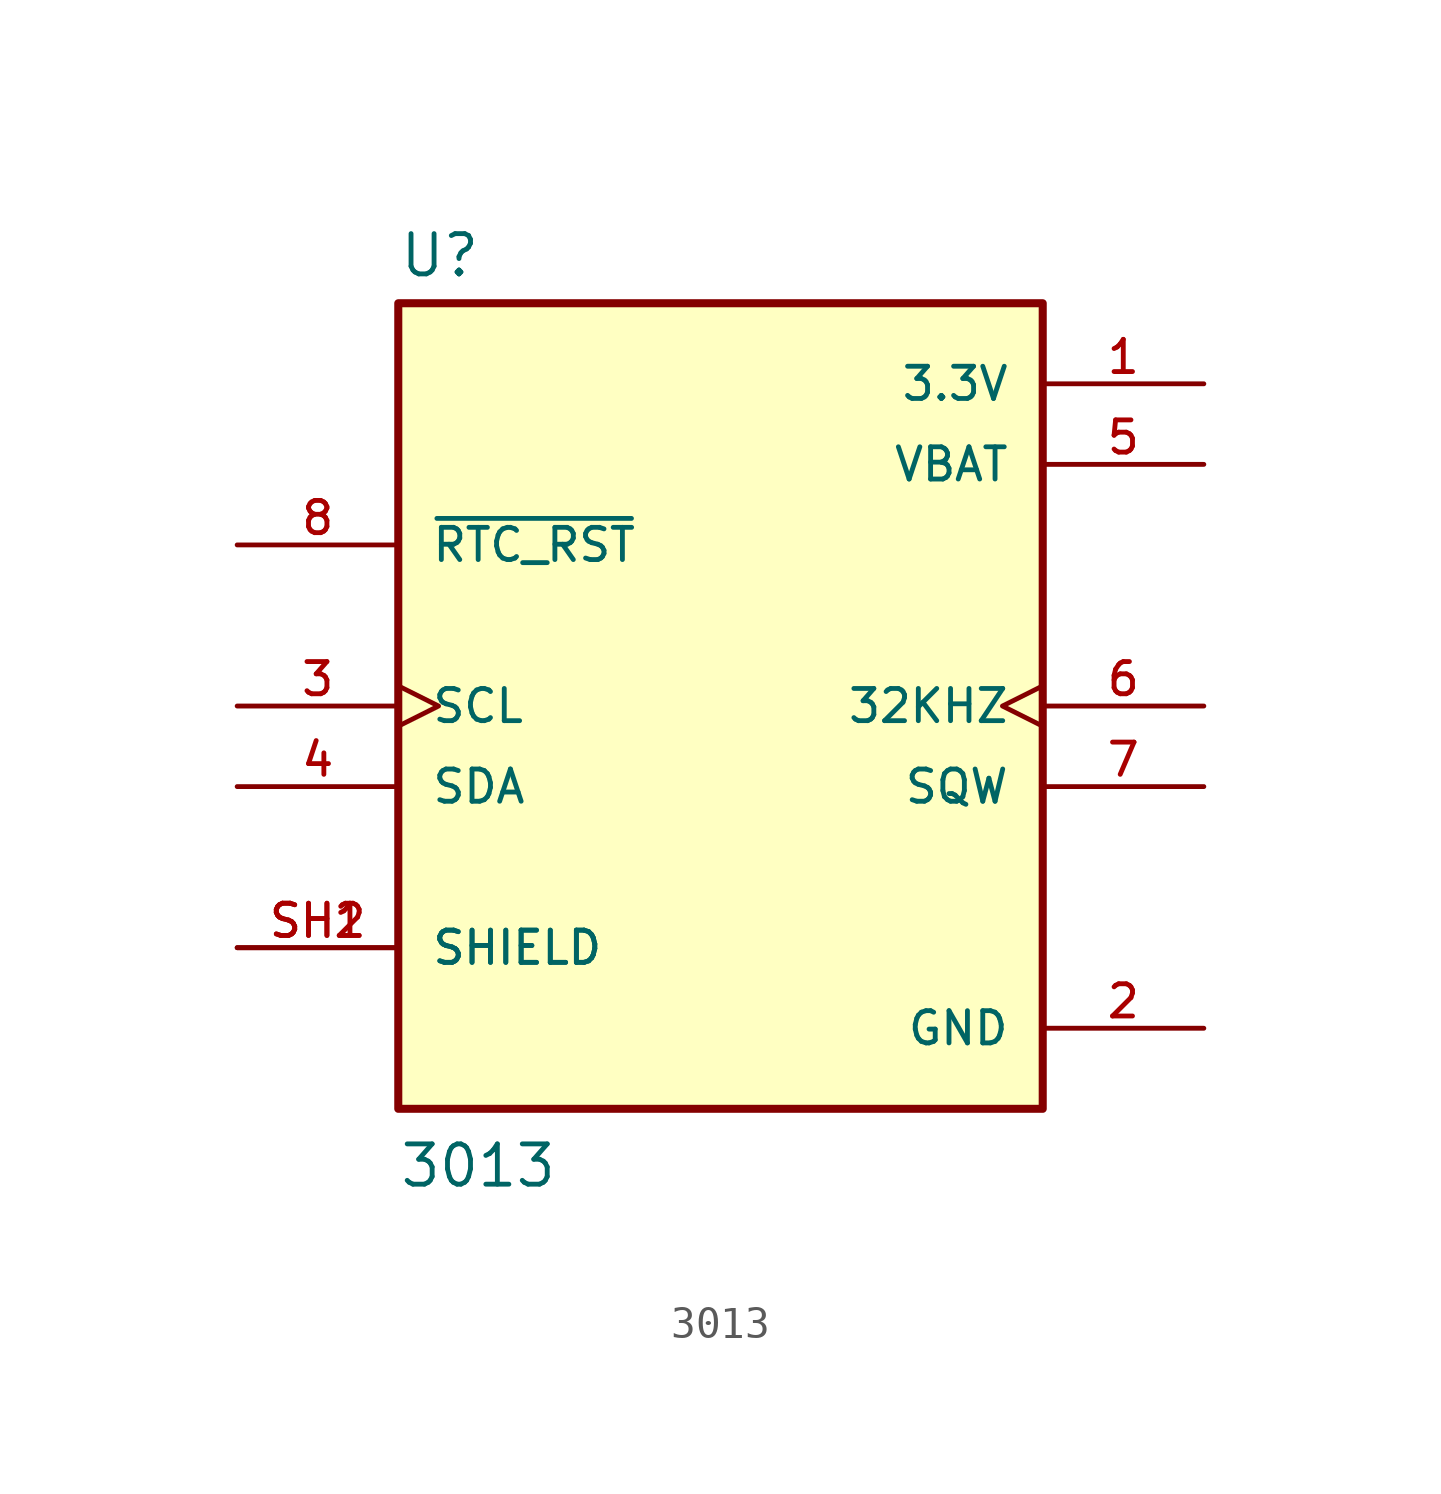
<source format=kicad_sym>
(kicad_symbol_lib
  (version 20211014)
  (generator kicad_symbol_editor)
  (symbol "3013"
    (pin_names
      (offset 1.016))
    (property "Reference" "U"
      (at -10.16 13.462 0)
      (effects (font (size 1.27 1.27)) (justify bottom left)))
    (property "Value" "3013"
      (at -10.16 -15.24 0)
      (effects (font (size 1.27 1.27)) (justify bottom left)))
    (symbol "3013_0_0"
      (rectangle (start -10.16 -12.7) (end 10.16 12.7) (stroke (width 0.254)) (fill (type background)))
      (pin power_in line (at 15.24 10.16 180.0) (length 5.08) (name "3.3V" (effects (font (size 1.016 1.016)))) (number "1" (effects (font (size 1.016 1.016)))))
      (pin power_in line (at 15.24 -10.16 180.0) (length 5.08) (name "GND" (effects (font (size 1.016 1.016)))) (number "2" (effects (font (size 1.016 1.016)))))
      (pin input clock (at -15.24 0.0 0) (length 5.08) (name "SCL" (effects (font (size 1.016 1.016)))) (number "3" (effects (font (size 1.016 1.016)))))
      (pin bidirectional line (at -15.24 -2.54 0) (length 5.08) (name "SDA" (effects (font (size 1.016 1.016)))) (number "4" (effects (font (size 1.016 1.016)))))
      (pin power_in line (at 15.24 7.62 180.0) (length 5.08) (name "VBAT" (effects (font (size 1.016 1.016)))) (number "5" (effects (font (size 1.016 1.016)))))
      (pin output clock (at 15.24 0.0 180.0) (length 5.08) (name "32KHZ" (effects (font (size 1.016 1.016)))) (number "6" (effects (font (size 1.016 1.016)))))
      (pin output line (at 15.24 -2.54 180.0) (length 5.08) (name "SQW" (effects (font (size 1.016 1.016)))) (number "7" (effects (font (size 1.016 1.016)))))
      (pin input line (at -15.24 5.08 0) (length 5.08) (name "~{RTC_RST}" (effects (font (size 1.016 1.016)))) (number "8" (effects (font (size 1.016 1.016)))))
      (pin passive line (at -15.24 -7.62 0) (length 5.08) (name "SHIELD" (effects (font (size 1.016 1.016)))) (number "SH1" (effects (font (size 1.016 1.016)))))
      (pin passive line (at -15.24 -7.62 0) (length 5.08) (name "SHIELD" (effects (font (size 1.016 1.016)))) (number "SH2" (effects (font (size 1.016 1.016))))))))
</source>
